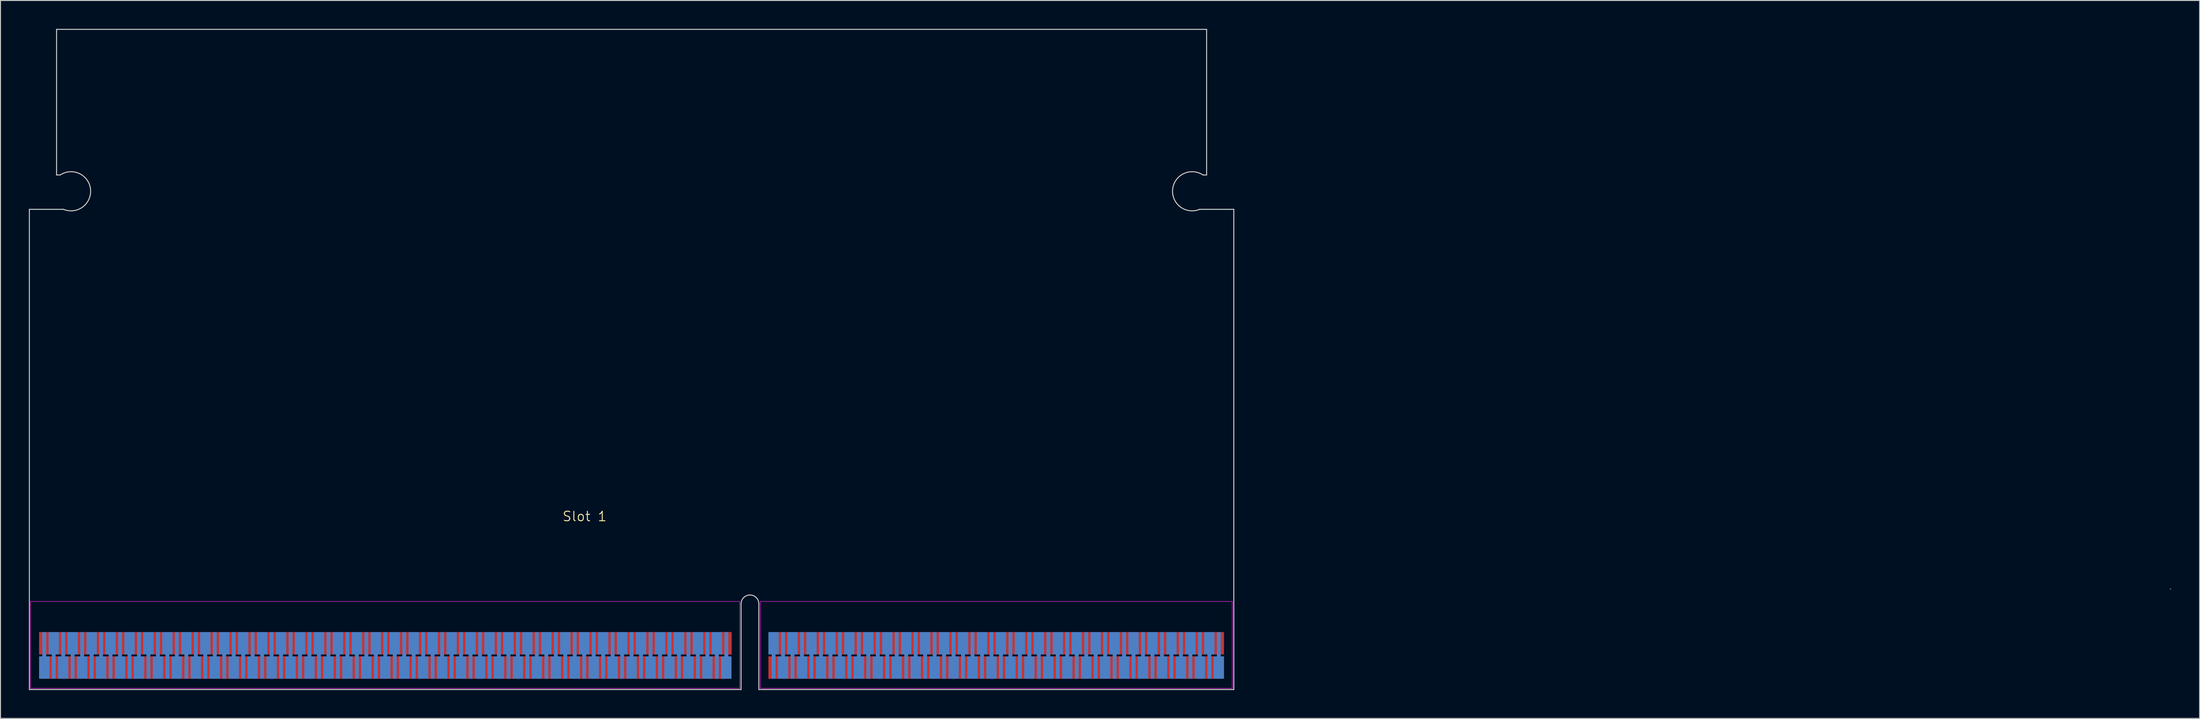
<source format=kicad_pcb>
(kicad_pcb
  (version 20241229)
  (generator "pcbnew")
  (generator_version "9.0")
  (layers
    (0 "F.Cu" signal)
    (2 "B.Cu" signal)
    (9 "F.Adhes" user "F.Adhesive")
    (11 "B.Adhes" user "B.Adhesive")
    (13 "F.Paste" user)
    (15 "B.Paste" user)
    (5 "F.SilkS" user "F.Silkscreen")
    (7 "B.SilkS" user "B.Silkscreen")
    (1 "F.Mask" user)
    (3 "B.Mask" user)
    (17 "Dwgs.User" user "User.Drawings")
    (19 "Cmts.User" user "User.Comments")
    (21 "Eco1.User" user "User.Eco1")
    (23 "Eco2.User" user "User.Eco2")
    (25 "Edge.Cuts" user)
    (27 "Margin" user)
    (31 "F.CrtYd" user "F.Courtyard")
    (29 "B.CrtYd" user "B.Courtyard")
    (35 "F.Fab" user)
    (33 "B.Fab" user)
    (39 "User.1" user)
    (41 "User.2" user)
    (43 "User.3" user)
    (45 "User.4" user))
  (footprint "Slot 1"
    (layer "F.Cu")
    (at 58.667 51.97)
    (property "Reference" "Slot 1" (at 0 -0.5 0) (unlocked yes) (layer "F.SilkS") (effects (font (size 1 1) (thickness 0.1))))
    (attr smd)
    (fp_line (start 167.414 7.174) (end 167.414 7.174) (stroke (width 0.12) (type solid)) (layer "Cmts.User"))
    (fp_line (start -58.617 -32.92) (end -55.017 -32.92) (stroke (width 0.1) (type solid)) (layer "Edge.Cuts"))
    (fp_line (start -58.617 17.78) (end -58.617 -32.92) (stroke (width 0.1) (type solid)) (layer "Edge.Cuts"))
    (fp_line (start -58.617 17.78) (end 16.51 17.78) (stroke (width 0.1) (type solid)) (layer "Edge.Cuts"))
    (fp_line (start -55.747 -36.548) (end -55.747 -51.92) (stroke (width 0.1) (type solid)) (layer "Edge.Cuts"))
    (fp_line (start -55.747 -36.548) (end -55.36 -36.548) (stroke (width 0.1) (type solid)) (layer "Edge.Cuts"))
    (fp_line (start 16.51 17.78) (end 16.51 8.738) (stroke (width 0.1) (type solid)) (layer "Edge.Cuts"))
    (fp_line (start 18.39 17.78) (end 18.39 8.738) (stroke (width 0.1) (type solid)) (layer "Edge.Cuts"))
    (fp_line (start 18.39 17.78) (end 68.523 17.78) (stroke (width 0.1) (type solid)) (layer "Edge.Cuts"))
    (fp_line (start 64.923 -32.92) (end 68.523 -32.92) (stroke (width 0.1) (type solid)) (layer "Edge.Cuts"))
    (fp_line (start 65.266 -36.548) (end 65.653 -36.548) (stroke (width 0.1) (type solid)) (layer "Edge.Cuts"))
    (fp_line (start 65.653 -51.92) (end -55.747 -51.92) (stroke (width 0.1) (type solid)) (layer "Edge.Cuts"))
    (fp_line (start 65.653 -36.548) (end 65.653 -51.92) (stroke (width 0.1) (type solid)) (layer "Edge.Cuts"))
    (fp_line (start 68.523 17.78) (end 68.523 -32.92) (stroke (width 0.1) (type solid)) (layer "Edge.Cuts"))
    (fp_arc (start -55.360315 -36.547844) (mid -52.159688 -35.020563) (end -55.017 -32.92) (stroke (width 0.1) (type default)) (layer "Edge.Cuts"))
    (fp_arc (start 16.51 8.7376) (mid 17.449826 7.7978) (end 18.3896 8.737652) (stroke (width 0.1) (type solid)) (layer "Edge.Cuts"))
    (fp_arc (start 64.923 -32.920001) (mid 62.06569 -35.020562) (end 65.266314 -36.547843) (stroke (width 0.1) (type default)) (layer "Edge.Cuts"))
    (fp_rect (start -58.496 8.484) (end 16.358 17.653) (stroke (width 0.05) (type default)) (fill no) (layer "F.CrtYd"))
    (fp_rect (start 18.555 8.484) (end 68.364 17.653) (stroke (width 0.05) (type default)) (fill no) (layer "F.CrtYd"))
    (pad "A1" connect custom (at -57.046 12.895 180) (size 1.092 2.362) (layers "F.Cu" "F.Mask") (options (anchor rect)) (primitives (gr_poly (pts (xy 0.203 -1.181) (xy -0.203 -1.181) (xy -0.203 -3.747) (xy 0.203 -3.747)) (width 0) (fill yes))))
    (pad "A2" connect custom (at -56.045 12.996) (size 0.406 2.565) (layers "F.Cu" "F.Mask") (options (anchor rect)) (primitives (gr_poly (pts (xy 0.546 1.282) (xy -0.546 1.282) (xy -0.546 3.645) (xy 0.546 3.645)) (width 0) (fill yes))))
    (pad "A3" connect custom (at -55.045 12.895 180) (size 1.092 2.362) (layers "F.Cu" "F.Mask") (options (anchor rect)) (primitives (gr_poly (pts (xy 0.203 -1.181) (xy -0.203 -1.181) (xy -0.203 -3.747) (xy 0.203 -3.747)) (width 0) (fill yes))))
    (pad "A4" connect custom (at -54.045 12.996) (size 0.406 2.565) (layers "F.Cu" "F.Mask") (options (anchor rect)) (primitives (gr_poly (pts (xy 0.546 1.282) (xy -0.546 1.282) (xy -0.546 3.645) (xy 0.546 3.645)) (width 0) (fill yes))))
    (pad "A5" connect custom (at -53.045 12.895 180) (size 1.092 2.362) (layers "F.Cu" "F.Mask") (options (anchor rect)) (primitives (gr_poly (pts (xy 0.203 -1.181) (xy -0.203 -1.181) (xy -0.203 -3.747) (xy 0.203 -3.747)) (width 0) (fill yes))))
    (pad "A6" connect custom (at -52.045 12.996) (size 0.406 2.565) (layers "F.Cu" "F.Mask") (options (anchor rect)) (primitives (gr_poly (pts (xy 0.546 1.282) (xy -0.546 1.282) (xy -0.546 3.645) (xy 0.546 3.645)) (width 0) (fill yes))))
    (pad "A7" connect custom (at -51.045 12.895 180) (size 1.092 2.362) (layers "F.Cu" "F.Mask") (options (anchor rect)) (primitives (gr_poly (pts (xy 0.203 -1.181) (xy -0.203 -1.181) (xy -0.203 -3.747) (xy 0.203 -3.747)) (width 0) (fill yes))))
    (pad "A8" connect custom (at -50.045 12.996) (size 0.406 2.565) (layers "F.Cu" "F.Mask") (options (anchor rect)) (primitives (gr_poly (pts (xy 0.546 1.282) (xy -0.546 1.282) (xy -0.546 3.645) (xy 0.546 3.645)) (width 0) (fill yes))))
    (pad "A9" connect custom (at -49.045 12.895 180) (size 1.092 2.362) (layers "F.Cu" "F.Mask") (options (anchor rect)) (primitives (gr_poly (pts (xy 0.203 -1.181) (xy -0.203 -1.181) (xy -0.203 -3.747) (xy 0.203 -3.747)) (width 0) (fill yes))))
    (pad "A10" connect custom (at -48.045 12.996) (size 0.406 2.565) (layers "F.Cu" "F.Mask") (options (anchor rect)) (primitives (gr_poly (pts (xy 0.546 1.282) (xy -0.546 1.282) (xy -0.546 3.645) (xy 0.546 3.645)) (width 0) (fill yes))))
    (pad "A11" connect custom (at -47.045 12.895 180) (size 1.092 2.362) (layers "F.Cu" "F.Mask") (options (anchor rect)) (primitives (gr_poly (pts (xy 0.203 -1.181) (xy -0.203 -1.181) (xy -0.203 -3.747) (xy 0.203 -3.747)) (width 0) (fill yes))))
    (pad "A12" connect custom (at -46.045 12.996) (size 0.406 2.565) (layers "F.Cu" "F.Mask") (options (anchor rect)) (primitives (gr_poly (pts (xy 0.546 1.282) (xy -0.546 1.282) (xy -0.546 3.645) (xy 0.546 3.645)) (width 0) (fill yes))))
    (pad "A13" connect custom (at -45.045 12.895 180) (size 1.092 2.362) (layers "F.Cu" "F.Mask") (options (anchor rect)) (primitives (gr_poly (pts (xy 0.203 -1.181) (xy -0.203 -1.181) (xy -0.203 -3.747) (xy 0.203 -3.747)) (width 0) (fill yes))))
    (pad "A14" connect custom (at -44.045 12.996) (size 0.406 2.565) (layers "F.Cu" "F.Mask") (options (anchor rect)) (primitives (gr_poly (pts (xy 0.546 1.282) (xy -0.546 1.282) (xy -0.546 3.645) (xy 0.546 3.645)) (width 0) (fill yes))))
    (pad "A15" connect custom (at -43.045 12.895 180) (size 1.092 2.362) (layers "F.Cu" "F.Mask") (options (anchor rect)) (primitives (gr_poly (pts (xy 0.203 -1.181) (xy -0.203 -1.181) (xy -0.203 -3.747) (xy 0.203 -3.747)) (width 0) (fill yes))))
    (pad "A16" connect custom (at -42.045 12.996) (size 0.406 2.565) (layers "F.Cu" "F.Mask") (options (anchor rect)) (primitives (gr_poly (pts (xy 0.546 1.282) (xy -0.546 1.282) (xy -0.546 3.645) (xy 0.546 3.645)) (width 0) (fill yes))))
    (pad "A17" connect custom (at -41.045 12.895 180) (size 1.092 2.362) (layers "F.Cu" "F.Mask") (options (anchor rect)) (primitives (gr_poly (pts (xy 0.203 -1.181) (xy -0.203 -1.181) (xy -0.203 -3.747) (xy 0.203 -3.747)) (width 0) (fill yes))))
    (pad "A18" connect custom (at -40.045 12.996) (size 0.406 2.565) (layers "F.Cu" "F.Mask") (options (anchor rect)) (primitives (gr_poly (pts (xy 0.546 1.282) (xy -0.546 1.282) (xy -0.546 3.645) (xy 0.546 3.645)) (width 0) (fill yes))))
    (pad "A19" connect custom (at -39.045 12.895 180) (size 1.092 2.362) (layers "F.Cu" "F.Mask") (options (anchor rect)) (primitives (gr_poly (pts (xy 0.203 -1.181) (xy -0.203 -1.181) (xy -0.203 -3.747) (xy 0.203 -3.747)) (width 0) (fill yes))))
    (pad "A20" connect custom (at -38.045 12.996) (size 0.406 2.565) (layers "F.Cu" "F.Mask") (options (anchor rect)) (primitives (gr_poly (pts (xy 0.546 1.282) (xy -0.546 1.282) (xy -0.546 3.645) (xy 0.546 3.645)) (width 0) (fill yes))))
    (pad "A21" connect custom (at -37.045 12.895 180) (size 1.092 2.362) (layers "F.Cu" "F.Mask") (options (anchor rect)) (primitives (gr_poly (pts (xy 0.203 -1.181) (xy -0.203 -1.181) (xy -0.203 -3.747) (xy 0.203 -3.747)) (width 0) (fill yes))))
    (pad "A22" connect custom (at -36.045 12.996) (size 0.406 2.565) (layers "F.Cu" "F.Mask") (options (anchor rect)) (primitives (gr_poly (pts (xy 0.546 1.282) (xy -0.546 1.282) (xy -0.546 3.645) (xy 0.546 3.645)) (width 0) (fill yes))))
    (pad "A23" connect custom (at -35.045 12.895 180) (size 1.092 2.362) (layers "F.Cu" "F.Mask") (options (anchor rect)) (primitives (gr_poly (pts (xy 0.203 -1.181) (xy -0.203 -1.181) (xy -0.203 -3.747) (xy 0.203 -3.747)) (width 0) (fill yes))))
    (pad "A24" connect custom (at -34.045 12.996) (size 0.406 2.565) (layers "F.Cu" "F.Mask") (options (anchor rect)) (primitives (gr_poly (pts (xy 0.546 1.282) (xy -0.546 1.282) (xy -0.546 3.645) (xy 0.546 3.645)) (width 0) (fill yes))))
    (pad "A25" connect custom (at -33.045 12.895 180) (size 1.092 2.362) (layers "F.Cu" "F.Mask") (options (anchor rect)) (primitives (gr_poly (pts (xy 0.203 -1.181) (xy -0.203 -1.181) (xy -0.203 -3.747) (xy 0.203 -3.747)) (width 0) (fill yes))))
    (pad "A26" connect custom (at -32.045 12.996) (size 0.406 2.565) (layers "F.Cu" "F.Mask") (options (anchor rect)) (primitives (gr_poly (pts (xy 0.546 1.282) (xy -0.546 1.282) (xy -0.546 3.645) (xy 0.546 3.645)) (width 0) (fill yes))))
    (pad "A27" connect custom (at -31.045 12.895 180) (size 1.092 2.362) (layers "F.Cu" "F.Mask") (options (anchor rect)) (primitives (gr_poly (pts (xy 0.203 -1.181) (xy -0.203 -1.181) (xy -0.203 -3.747) (xy 0.203 -3.747)) (width 0) (fill yes))))
    (pad "A28" connect custom (at -30.045 12.996) (size 0.406 2.565) (layers "F.Cu" "F.Mask") (options (anchor rect)) (primitives (gr_poly (pts (xy 0.546 1.282) (xy -0.546 1.282) (xy -0.546 3.645) (xy 0.546 3.645)) (width 0) (fill yes))))
    (pad "A29" connect custom (at -29.045 12.895 180) (size 1.092 2.362) (layers "F.Cu" "F.Mask") (options (anchor rect)) (primitives (gr_poly (pts (xy 0.203 -1.181) (xy -0.203 -1.181) (xy -0.203 -3.747) (xy 0.203 -3.747)) (width 0) (fill yes))))
    (pad "A30" connect custom (at -28.045 12.996) (size 0.406 2.565) (layers "F.Cu" "F.Mask") (options (anchor rect)) (primitives (gr_poly (pts (xy 0.546 1.282) (xy -0.546 1.282) (xy -0.546 3.645) (xy 0.546 3.645)) (width 0) (fill yes))))
    (pad "A31" connect custom (at -27.045 12.895 180) (size 1.092 2.362) (layers "F.Cu" "F.Mask") (options (anchor rect)) (primitives (gr_poly (pts (xy 0.203 -1.181) (xy -0.203 -1.181) (xy -0.203 -3.747) (xy 0.203 -3.747)) (width 0) (fill yes))))
    (pad "A32" connect custom (at -26.045 12.996) (size 0.406 2.565) (layers "F.Cu" "F.Mask") (options (anchor rect)) (primitives (gr_poly (pts (xy 0.546 1.282) (xy -0.546 1.282) (xy -0.546 3.645) (xy 0.546 3.645)) (width 0) (fill yes))))
    (pad "A33" connect custom (at -25.045 12.895 180) (size 1.092 2.362) (layers "F.Cu" "F.Mask") (options (anchor rect)) (primitives (gr_poly (pts (xy 0.203 -1.181) (xy -0.203 -1.181) (xy -0.203 -3.747) (xy 0.203 -3.747)) (width 0) (fill yes))))
    (pad "A34" connect custom (at -24.045 12.996) (size 0.406 2.565) (layers "F.Cu" "F.Mask") (options (anchor rect)) (primitives (gr_poly (pts (xy 0.546 1.282) (xy -0.546 1.282) (xy -0.546 3.645) (xy 0.546 3.645)) (width 0) (fill yes))))
    (pad "A35" connect custom (at -23.045 12.895 180) (size 1.092 2.362) (layers "F.Cu" "F.Mask") (options (anchor rect)) (primitives (gr_poly (pts (xy 0.203 -1.181) (xy -0.203 -1.181) (xy -0.203 -3.747) (xy 0.203 -3.747)) (width 0) (fill yes))))
    (pad "A36" connect custom (at -22.045 12.996) (size 0.406 2.565) (layers "F.Cu" "F.Mask") (options (anchor rect)) (primitives (gr_poly (pts (xy 0.546 1.282) (xy -0.546 1.282) (xy -0.546 3.645) (xy 0.546 3.645)) (width 0) (fill yes))))
    (pad "A37" connect custom (at -21.045 12.895 180) (size 1.092 2.362) (layers "F.Cu" "F.Mask") (options (anchor rect)) (primitives (gr_poly (pts (xy 0.203 -1.181) (xy -0.203 -1.181) (xy -0.203 -3.747) (xy 0.203 -3.747)) (width 0) (fill yes))))
    (pad "A38" connect custom (at -20.045 12.996) (size 0.406 2.565) (layers "F.Cu" "F.Mask") (options (anchor rect)) (primitives (gr_poly (pts (xy 0.546 1.282) (xy -0.546 1.282) (xy -0.546 3.645) (xy 0.546 3.645)) (width 0) (fill yes))))
    (pad "A39" connect custom (at -19.045 12.895 180) (size 1.092 2.362) (layers "F.Cu" "F.Mask") (options (anchor rect)) (primitives (gr_poly (pts (xy 0.203 -1.181) (xy -0.203 -1.181) (xy -0.203 -3.747) (xy 0.203 -3.747)) (width 0) (fill yes))))
    (pad "A40" connect custom (at -18.045 12.996) (size 0.406 2.565) (layers "F.Cu" "F.Mask") (options (anchor rect)) (primitives (gr_poly (pts (xy 0.546 1.282) (xy -0.546 1.282) (xy -0.546 3.645) (xy 0.546 3.645)) (width 0) (fill yes))))
    (pad "A41" connect custom (at -17.045 12.895 180) (size 1.092 2.362) (layers "F.Cu" "F.Mask") (options (anchor rect)) (primitives (gr_poly (pts (xy 0.203 -1.181) (xy -0.203 -1.181) (xy -0.203 -3.747) (xy 0.203 -3.747)) (width 0) (fill yes))))
    (pad "A42" connect custom (at -16.045 12.996) (size 0.406 2.565) (layers "F.Cu" "F.Mask") (options (anchor rect)) (primitives (gr_poly (pts (xy 0.546 1.282) (xy -0.546 1.282) (xy -0.546 3.645) (xy 0.546 3.645)) (width 0) (fill yes))))
    (pad "A43" connect custom (at -15.045 12.895 180) (size 1.092 2.362) (layers "F.Cu" "F.Mask") (options (anchor rect)) (primitives (gr_poly (pts (xy 0.203 -1.181) (xy -0.203 -1.181) (xy -0.203 -3.747) (xy 0.203 -3.747)) (width 0) (fill yes))))
    (pad "A44" connect custom (at -14.045 12.996) (size 0.406 2.565) (layers "F.Cu" "F.Mask") (options (anchor rect)) (primitives (gr_poly (pts (xy 0.546 1.282) (xy -0.546 1.282) (xy -0.546 3.645) (xy 0.546 3.645)) (width 0) (fill yes))))
    (pad "A45" connect custom (at -13.045 12.895 180) (size 1.092 2.362) (layers "F.Cu" "F.Mask") (options (anchor rect)) (primitives (gr_poly (pts (xy 0.203 -1.181) (xy -0.203 -1.181) (xy -0.203 -3.747) (xy 0.203 -3.747)) (width 0) (fill yes))))
    (pad "A46" connect custom (at -12.045 12.996) (size 0.406 2.565) (layers "F.Cu" "F.Mask") (options (anchor rect)) (primitives (gr_poly (pts (xy 0.546 1.282) (xy -0.546 1.282) (xy -0.546 3.645) (xy 0.546 3.645)) (width 0) (fill yes))))
    (pad "A47" connect custom (at -11.045 12.895 180) (size 1.092 2.362) (layers "F.Cu" "F.Mask") (options (anchor rect)) (primitives (gr_poly (pts (xy 0.203 -1.181) (xy -0.203 -1.181) (xy -0.203 -3.747) (xy 0.203 -3.747)) (width 0) (fill yes))))
    (pad "A48" connect custom (at -10.045 12.996) (size 0.406 2.565) (layers "F.Cu" "F.Mask") (options (anchor rect)) (primitives (gr_poly (pts (xy 0.546 1.282) (xy -0.546 1.282) (xy -0.546 3.645) (xy 0.546 3.645)) (width 0) (fill yes))))
    (pad "A49" connect custom (at -9.045 12.895 180) (size 1.092 2.362) (layers "F.Cu" "F.Mask") (options (anchor rect)) (primitives (gr_poly (pts (xy 0.203 -1.181) (xy -0.203 -1.181) (xy -0.203 -3.747) (xy 0.203 -3.747)) (width 0) (fill yes))))
    (pad "A50" connect custom (at -8.045 12.996) (size 0.406 2.565) (layers "F.Cu" "F.Mask") (options (anchor rect)) (primitives (gr_poly (pts (xy 0.546 1.282) (xy -0.546 1.282) (xy -0.546 3.645) (xy 0.546 3.645)) (width 0) (fill yes))))
    (pad "A51" connect custom (at -7.045 12.895 180) (size 1.092 2.362) (layers "F.Cu" "F.Mask") (options (anchor rect)) (primitives (gr_poly (pts (xy 0.203 -1.181) (xy -0.203 -1.181) (xy -0.203 -3.747) (xy 0.203 -3.747)) (width 0) (fill yes))))
    (pad "A52" connect custom (at -6.045 12.996) (size 0.406 2.565) (layers "F.Cu" "F.Mask") (options (anchor rect)) (primitives (gr_poly (pts (xy 0.546 1.282) (xy -0.546 1.282) (xy -0.546 3.645) (xy 0.546 3.645)) (width 0) (fill yes))))
    (pad "A53" connect custom (at -5.045 12.895 180) (size 1.092 2.362) (layers "F.Cu" "F.Mask") (options (anchor rect)) (primitives (gr_poly (pts (xy 0.203 -1.181) (xy -0.203 -1.181) (xy -0.203 -3.747) (xy 0.203 -3.747)) (width 0) (fill yes))))
    (pad "A54" connect custom (at -4.045 12.996) (size 0.406 2.565) (layers "F.Cu" "F.Mask") (options (anchor rect)) (primitives (gr_poly (pts (xy 0.546 1.282) (xy -0.546 1.282) (xy -0.546 3.645) (xy 0.546 3.645)) (width 0) (fill yes))))
    (pad "A55" connect custom (at -3.045 12.895 180) (size 1.092 2.362) (layers "F.Cu" "F.Mask") (options (anchor rect)) (primitives (gr_poly (pts (xy 0.203 -1.181) (xy -0.203 -1.181) (xy -0.203 -3.747) (xy 0.203 -3.747)) (width 0) (fill yes))))
    (pad "A56" connect custom (at -2.045 12.996) (size 0.406 2.565) (layers "F.Cu" "F.Mask") (options (anchor rect)) (primitives (gr_poly (pts (xy 0.546 1.282) (xy -0.546 1.282) (xy -0.546 3.645) (xy 0.546 3.645)) (width 0) (fill yes))))
    (pad "A57" connect custom (at -1.045 12.895 180) (size 1.092 2.362) (layers "F.Cu" "F.Mask") (options (anchor rect)) (primitives (gr_poly (pts (xy 0.203 -1.181) (xy -0.203 -1.181) (xy -0.203 -3.747) (xy 0.203 -3.747)) (width 0) (fill yes))))
    (pad "A58" connect custom (at -0.045 12.996) (size 0.406 2.565) (layers "F.Cu" "F.Mask") (options (anchor rect)) (primitives (gr_poly (pts (xy 0.546 1.282) (xy -0.546 1.282) (xy -0.546 3.645) (xy 0.546 3.645)) (width 0) (fill yes))))
    (pad "A59" connect custom (at 0.955 12.895 180) (size 1.092 2.362) (layers "F.Cu" "F.Mask") (options (anchor rect)) (primitives (gr_poly (pts (xy 0.203 -1.181) (xy -0.203 -1.181) (xy -0.203 -3.747) (xy 0.203 -3.747)) (width 0) (fill yes))))
    (pad "A60" connect custom (at 1.955 12.996) (size 0.406 2.565) (layers "F.Cu" "F.Mask") (options (anchor rect)) (primitives (gr_poly (pts (xy 0.546 1.282) (xy -0.546 1.282) (xy -0.546 3.645) (xy 0.546 3.645)) (width 0) (fill yes))))
    (pad "A61" connect custom (at 2.955 12.895 180) (size 1.092 2.362) (layers "F.Cu" "F.Mask") (options (anchor rect)) (primitives (gr_poly (pts (xy 0.203 -1.181) (xy -0.203 -1.181) (xy -0.203 -3.747) (xy 0.203 -3.747)) (width 0) (fill yes))))
    (pad "A62" connect custom (at 3.955 12.996) (size 0.406 2.565) (layers "F.Cu" "F.Mask") (options (anchor rect)) (primitives (gr_poly (pts (xy 0.546 1.282) (xy -0.546 1.282) (xy -0.546 3.645) (xy 0.546 3.645)) (width 0) (fill yes))))
    (pad "A63" connect custom (at 4.955 12.895 180) (size 1.092 2.362) (layers "F.Cu" "F.Mask") (options (anchor rect)) (primitives (gr_poly (pts (xy 0.203 -1.181) (xy -0.203 -1.181) (xy -0.203 -3.747) (xy 0.203 -3.747)) (width 0) (fill yes))))
    (pad "A64" connect custom (at 5.955 12.996) (size 0.406 2.565) (layers "F.Cu" "F.Mask") (options (anchor rect)) (primitives (gr_poly (pts (xy 0.546 1.282) (xy -0.546 1.282) (xy -0.546 3.645) (xy 0.546 3.645)) (width 0) (fill yes))))
    (pad "A65" connect custom (at 6.955 12.895 180) (size 1.092 2.362) (layers "F.Cu" "F.Mask") (options (anchor rect)) (primitives (gr_poly (pts (xy 0.203 -1.181) (xy -0.203 -1.181) (xy -0.203 -3.747) (xy 0.203 -3.747)) (width 0) (fill yes))))
    (pad "A66" connect custom (at 7.955 12.996) (size 0.406 2.565) (layers "F.Cu" "F.Mask") (options (anchor rect)) (primitives (gr_poly (pts (xy 0.546 1.282) (xy -0.546 1.282) (xy -0.546 3.645) (xy 0.546 3.645)) (width 0) (fill yes))))
    (pad "A67" connect custom (at 8.955 12.895 180) (size 1.092 2.362) (layers "F.Cu" "F.Mask") (options (anchor rect)) (primitives (gr_poly (pts (xy 0.203 -1.181) (xy -0.203 -1.181) (xy -0.203 -3.747) (xy 0.203 -3.747)) (width 0) (fill yes))))
    (pad "A68" connect custom (at 9.955 12.996) (size 0.406 2.565) (layers "F.Cu" "F.Mask") (options (anchor rect)) (primitives (gr_poly (pts (xy 0.546 1.282) (xy -0.546 1.282) (xy -0.546 3.645) (xy 0.546 3.645)) (width 0) (fill yes))))
    (pad "A69" connect custom (at 10.955 12.895 180) (size 1.092 2.362) (layers "F.Cu" "F.Mask") (options (anchor rect)) (primitives (gr_poly (pts (xy 0.203 -1.181) (xy -0.203 -1.181) (xy -0.203 -3.747) (xy 0.203 -3.747)) (width 0) (fill yes))))
    (pad "A70" connect custom (at 11.955 12.996) (size 0.406 2.565) (layers "F.Cu" "F.Mask") (options (anchor rect)) (primitives (gr_poly (pts (xy 0.546 1.282) (xy -0.546 1.282) (xy -0.546 3.645) (xy 0.546 3.645)) (width 0) (fill yes))))
    (pad "A71" connect custom (at 12.955 12.895 180) (size 1.092 2.362) (layers "F.Cu" "F.Mask") (options (anchor rect)) (primitives (gr_poly (pts (xy 0.203 -1.181) (xy -0.203 -1.181) (xy -0.203 -3.747) (xy 0.203 -3.747)) (width 0) (fill yes))))
    (pad "A72" connect custom (at 13.955 12.996) (size 0.406 2.565) (layers "F.Cu" "F.Mask") (options (anchor rect)) (primitives (gr_poly (pts (xy 0.546 1.282) (xy -0.546 1.282) (xy -0.546 3.645) (xy 0.546 3.645)) (width 0) (fill yes))))
    (pad "A73" connect custom (at 14.955 12.895 180) (size 1.092 2.362) (layers "F.Cu" "F.Mask") (options (anchor rect)) (primitives (gr_poly (pts (xy 0.203 -1.181) (xy -0.203 -1.181) (xy -0.203 -3.747) (xy 0.203 -3.747)) (width 0) (fill yes))))
    (pad "A73" connect custom (at 14.964 12.895 180) (size 1.092 2.362) (layers "F.Cu" "F.Mask") (options (anchor rect)) (primitives (gr_poly (pts (xy 0.203 -1.181) (xy -0.203 -1.181) (xy -0.203 -3.747) (xy 0.203 -3.747)) (width 0) (fill yes))))
    (pad "A74" connect custom (at 19.942 12.996) (size 0.406 2.565) (layers "F.Cu" "F.Mask") (options (anchor rect)) (primitives (gr_poly (pts (xy 0.546 1.282) (xy -0.546 1.282) (xy -0.546 3.645) (xy 0.546 3.645)) (width 0) (fill yes))))
    (pad "A75" connect custom (at 20.942 12.895 180) (size 1.092 2.362) (layers "F.Cu" "F.Mask") (options (anchor rect)) (primitives (gr_poly (pts (xy 0.203 -1.181) (xy -0.203 -1.181) (xy -0.203 -3.747) (xy 0.203 -3.747)) (width 0) (fill yes))))
    (pad "A76" connect custom (at 21.942 12.996) (size 0.406 2.565) (layers "F.Cu" "F.Mask") (options (anchor rect)) (primitives (gr_poly (pts (xy 0.546 1.282) (xy -0.546 1.282) (xy -0.546 3.645) (xy 0.546 3.645)) (width 0) (fill yes))))
    (pad "A77" connect custom (at 22.942 12.895 180) (size 1.092 2.362) (layers "F.Cu" "F.Mask") (options (anchor rect)) (primitives (gr_poly (pts (xy 0.203 -1.181) (xy -0.203 -1.181) (xy -0.203 -3.747) (xy 0.203 -3.747)) (width 0) (fill yes))))
    (pad "A78" connect custom (at 23.942 12.996) (size 0.406 2.565) (layers "F.Cu" "F.Mask") (options (anchor rect)) (primitives (gr_poly (pts (xy 0.546 1.282) (xy -0.546 1.282) (xy -0.546 3.645) (xy 0.546 3.645)) (width 0) (fill yes))))
    (pad "A79" connect custom (at 24.942 12.895 180) (size 1.092 2.362) (layers "F.Cu" "F.Mask") (options (anchor rect)) (primitives (gr_poly (pts (xy 0.203 -1.181) (xy -0.203 -1.181) (xy -0.203 -3.747) (xy 0.203 -3.747)) (width 0) (fill yes))))
    (pad "A80" connect custom (at 25.942 12.996) (size 0.406 2.565) (layers "F.Cu" "F.Mask") (options (anchor rect)) (primitives (gr_poly (pts (xy 0.546 1.282) (xy -0.546 1.282) (xy -0.546 3.645) (xy 0.546 3.645)) (width 0) (fill yes))))
    (pad "A81" connect custom (at 26.942 12.895 180) (size 1.092 2.362) (layers "F.Cu" "F.Mask") (options (anchor rect)) (primitives (gr_poly (pts (xy 0.203 -1.181) (xy -0.203 -1.181) (xy -0.203 -3.747) (xy 0.203 -3.747)) (width 0) (fill yes))))
    (pad "A82" connect custom (at 27.942 12.996) (size 0.406 2.565) (layers "F.Cu" "F.Mask") (options (anchor rect)) (primitives (gr_poly (pts (xy 0.546 1.282) (xy -0.546 1.282) (xy -0.546 3.645) (xy 0.546 3.645)) (width 0) (fill yes))))
    (pad "A83" connect custom (at 28.942 12.895 180) (size 1.092 2.362) (layers "F.Cu" "F.Mask") (options (anchor rect)) (primitives (gr_poly (pts (xy 0.203 -1.181) (xy -0.203 -1.181) (xy -0.203 -3.747) (xy 0.203 -3.747)) (width 0) (fill yes))))
    (pad "A84" connect custom (at 29.942 12.996) (size 0.406 2.565) (layers "F.Cu" "F.Mask") (options (anchor rect)) (primitives (gr_poly (pts (xy 0.546 1.282) (xy -0.546 1.282) (xy -0.546 3.645) (xy 0.546 3.645)) (width 0) (fill yes))))
    (pad "A85" connect custom (at 30.942 12.895 180) (size 1.092 2.362) (layers "F.Cu" "F.Mask") (options (anchor rect)) (primitives (gr_poly (pts (xy 0.203 -1.181) (xy -0.203 -1.181) (xy -0.203 -3.747) (xy 0.203 -3.747)) (width 0) (fill yes))))
    (pad "A86" connect custom (at 31.942 12.996) (size 0.406 2.565) (layers "F.Cu" "F.Mask") (options (anchor rect)) (primitives (gr_poly (pts (xy 0.546 1.282) (xy -0.546 1.282) (xy -0.546 3.645) (xy 0.546 3.645)) (width 0) (fill yes))))
    (pad "A87" connect custom (at 32.942 12.895 180) (size 1.092 2.362) (layers "F.Cu" "F.Mask") (options (anchor rect)) (primitives (gr_poly (pts (xy 0.203 -1.181) (xy -0.203 -1.181) (xy -0.203 -3.747) (xy 0.203 -3.747)) (width 0) (fill yes))))
    (pad "A88" connect custom (at 33.942 12.996) (size 0.406 2.565) (layers "F.Cu" "F.Mask") (options (anchor rect)) (primitives (gr_poly (pts (xy 0.546 1.282) (xy -0.546 1.282) (xy -0.546 3.645) (xy 0.546 3.645)) (width 0) (fill yes))))
    (pad "A89" connect custom (at 34.942 12.895 180) (size 1.092 2.362) (layers "F.Cu" "F.Mask") (options (anchor rect)) (primitives (gr_poly (pts (xy 0.203 -1.181) (xy -0.203 -1.181) (xy -0.203 -3.747) (xy 0.203 -3.747)) (width 0) (fill yes))))
    (pad "A90" connect custom (at 35.942 12.996) (size 0.406 2.565) (layers "F.Cu" "F.Mask") (options (anchor rect)) (primitives (gr_poly (pts (xy 0.546 1.282) (xy -0.546 1.282) (xy -0.546 3.645) (xy 0.546 3.645)) (width 0) (fill yes))))
    (pad "A91" connect custom (at 36.942 12.895 180) (size 1.092 2.362) (layers "F.Cu" "F.Mask") (options (anchor rect)) (primitives (gr_poly (pts (xy 0.203 -1.181) (xy -0.203 -1.181) (xy -0.203 -3.747) (xy 0.203 -3.747)) (width 0) (fill yes))))
    (pad "A92" connect custom (at 37.942 12.996) (size 0.406 2.565) (layers "F.Cu" "F.Mask") (options (anchor rect)) (primitives (gr_poly (pts (xy 0.546 1.282) (xy -0.546 1.282) (xy -0.546 3.645) (xy 0.546 3.645)) (width 0) (fill yes))))
    (pad "A93" connect custom (at 38.942 12.895 180) (size 1.092 2.362) (layers "F.Cu" "F.Mask") (options (anchor rect)) (primitives (gr_poly (pts (xy 0.203 -1.181) (xy -0.203 -1.181) (xy -0.203 -3.747) (xy 0.203 -3.747)) (width 0) (fill yes))))
    (pad "A94" connect custom (at 39.942 12.996) (size 0.406 2.565) (layers "F.Cu" "F.Mask") (options (anchor rect)) (primitives (gr_poly (pts (xy 0.546 1.282) (xy -0.546 1.282) (xy -0.546 3.645) (xy 0.546 3.645)) (width 0) (fill yes))))
    (pad "A95" connect custom (at 40.942 12.895 180) (size 1.092 2.362) (layers "F.Cu" "F.Mask") (options (anchor rect)) (primitives (gr_poly (pts (xy 0.203 -1.181) (xy -0.203 -1.181) (xy -0.203 -3.747) (xy 0.203 -3.747)) (width 0) (fill yes))))
    (pad "A96" connect custom (at 41.942 12.996) (size 0.406 2.565) (layers "F.Cu" "F.Mask") (options (anchor rect)) (primitives (gr_poly (pts (xy 0.546 1.282) (xy -0.546 1.282) (xy -0.546 3.645) (xy 0.546 3.645)) (width 0) (fill yes))))
    (pad "A97" connect custom (at 42.942 12.895 180) (size 1.092 2.362) (layers "F.Cu" "F.Mask") (options (anchor rect)) (primitives (gr_poly (pts (xy 0.203 -1.181) (xy -0.203 -1.181) (xy -0.203 -3.747) (xy 0.203 -3.747)) (width 0) (fill yes))))
    (pad "A98" connect custom (at 43.942 12.996) (size 0.406 2.565) (layers "F.Cu" "F.Mask") (options (anchor rect)) (primitives (gr_poly (pts (xy 0.546 1.282) (xy -0.546 1.282) (xy -0.546 3.645) (xy 0.546 3.645)) (width 0) (fill yes))))
    (pad "A99" connect custom (at 44.942 12.895 180) (size 1.092 2.362) (layers "F.Cu" "F.Mask") (options (anchor rect)) (primitives (gr_poly (pts (xy 0.203 -1.181) (xy -0.203 -1.181) (xy -0.203 -3.747) (xy 0.203 -3.747)) (width 0) (fill yes))))
    (pad "A100" connect custom (at 45.942 12.996) (size 0.406 2.565) (layers "F.Cu" "F.Mask") (options (anchor rect)) (primitives (gr_poly (pts (xy 0.546 1.282) (xy -0.546 1.282) (xy -0.546 3.645) (xy 0.546 3.645)) (width 0) (fill yes))))
    (pad "A101" connect custom (at 46.942 12.895 180) (size 1.092 2.362) (layers "F.Cu" "F.Mask") (options (anchor rect)) (primitives (gr_poly (pts (xy 0.203 -1.181) (xy -0.203 -1.181) (xy -0.203 -3.747) (xy 0.203 -3.747)) (width 0) (fill yes))))
    (pad "A102" connect custom (at 47.942 12.996) (size 0.406 2.565) (layers "F.Cu" "F.Mask") (options (anchor rect)) (primitives (gr_poly (pts (xy 0.546 1.282) (xy -0.546 1.282) (xy -0.546 3.645) (xy 0.546 3.645)) (width 0) (fill yes))))
    (pad "A103" connect custom (at 48.942 12.895 180) (size 1.092 2.362) (layers "F.Cu" "F.Mask") (options (anchor rect)) (primitives (gr_poly (pts (xy 0.203 -1.181) (xy -0.203 -1.181) (xy -0.203 -3.747) (xy 0.203 -3.747)) (width 0) (fill yes))))
    (pad "A104" connect custom (at 49.942 12.996) (size 0.406 2.565) (layers "F.Cu" "F.Mask") (options (anchor rect)) (primitives (gr_poly (pts (xy 0.546 1.282) (xy -0.546 1.282) (xy -0.546 3.645) (xy 0.546 3.645)) (width 0) (fill yes))))
    (pad "A105" connect custom (at 50.942 12.895 180) (size 1.092 2.362) (layers "F.Cu" "F.Mask") (options (anchor rect)) (primitives (gr_poly (pts (xy 0.203 -1.181) (xy -0.203 -1.181) (xy -0.203 -3.747) (xy 0.203 -3.747)) (width 0) (fill yes))))
    (pad "A106" connect custom (at 51.942 12.996) (size 0.406 2.565) (layers "F.Cu" "F.Mask") (options (anchor rect)) (primitives (gr_poly (pts (xy 0.546 1.282) (xy -0.546 1.282) (xy -0.546 3.645) (xy 0.546 3.645)) (width 0) (fill yes))))
    (pad "A107" connect custom (at 52.942 12.895 180) (size 1.092 2.362) (layers "F.Cu" "F.Mask") (options (anchor rect)) (primitives (gr_poly (pts (xy 0.203 -1.181) (xy -0.203 -1.181) (xy -0.203 -3.747) (xy 0.203 -3.747)) (width 0) (fill yes))))
    (pad "A108" connect custom (at 53.942 12.996) (size 0.406 2.565) (layers "F.Cu" "F.Mask") (options (anchor rect)) (primitives (gr_poly (pts (xy 0.546 1.282) (xy -0.546 1.282) (xy -0.546 3.645) (xy 0.546 3.645)) (width 0) (fill yes))))
    (pad "A109" connect custom (at 54.942 12.895 180) (size 1.092 2.362) (layers "F.Cu" "F.Mask") (options (anchor rect)) (primitives (gr_poly (pts (xy 0.203 -1.181) (xy -0.203 -1.181) (xy -0.203 -3.747) (xy 0.203 -3.747)) (width 0) (fill yes))))
    (pad "A110" connect custom (at 55.942 12.996) (size 0.406 2.565) (layers "F.Cu" "F.Mask") (options (anchor rect)) (primitives (gr_poly (pts (xy 0.546 1.282) (xy -0.546 1.282) (xy -0.546 3.645) (xy 0.546 3.645)) (width 0) (fill yes))))
    (pad "A111" connect custom (at 56.942 12.895 180) (size 1.092 2.362) (layers "F.Cu" "F.Mask") (options (anchor rect)) (primitives (gr_poly (pts (xy 0.203 -1.181) (xy -0.203 -1.181) (xy -0.203 -3.747) (xy 0.203 -3.747)) (width 0) (fill yes))))
    (pad "A112" connect custom (at 57.942 12.996) (size 0.406 2.565) (layers "F.Cu" "F.Mask") (options (anchor rect)) (primitives (gr_poly (pts (xy 0.546 1.282) (xy -0.546 1.282) (xy -0.546 3.645) (xy 0.546 3.645)) (width 0) (fill yes))))
    (pad "A113" connect custom (at 58.942 12.895 180) (size 1.092 2.362) (layers "F.Cu" "F.Mask") (options (anchor rect)) (primitives (gr_poly (pts (xy 0.203 -1.181) (xy -0.203 -1.181) (xy -0.203 -3.747) (xy 0.203 -3.747)) (width 0) (fill yes))))
    (pad "A114" connect custom (at 59.942 12.996) (size 0.406 2.565) (layers "F.Cu" "F.Mask") (options (anchor rect)) (primitives (gr_poly (pts (xy 0.546 1.282) (xy -0.546 1.282) (xy -0.546 3.645) (xy 0.546 3.645)) (width 0) (fill yes))))
    (pad "A115" connect custom (at 60.942 12.895 180) (size 1.092 2.362) (layers "F.Cu" "F.Mask") (options (anchor rect)) (primitives (gr_poly (pts (xy 0.203 -1.181) (xy -0.203 -1.181) (xy -0.203 -3.747) (xy 0.203 -3.747)) (width 0) (fill yes))))
    (pad "A116" connect custom (at 61.942 12.996) (size 0.406 2.565) (layers "F.Cu" "F.Mask") (options (anchor rect)) (primitives (gr_poly (pts (xy 0.546 1.282) (xy -0.546 1.282) (xy -0.546 3.645) (xy 0.546 3.645)) (width 0) (fill yes))))
    (pad "A117" connect custom (at 62.942 12.895 180) (size 1.092 2.362) (layers "F.Cu" "F.Mask") (options (anchor rect)) (primitives (gr_poly (pts (xy 0.203 -1.181) (xy -0.203 -1.181) (xy -0.203 -3.747) (xy 0.203 -3.747)) (width 0) (fill yes))))
    (pad "A118" connect custom (at 63.942 12.996) (size 0.406 2.565) (layers "F.Cu" "F.Mask") (options (anchor rect)) (primitives (gr_poly (pts (xy 0.546 1.282) (xy -0.546 1.282) (xy -0.546 3.645) (xy 0.546 3.645)) (width 0) (fill yes))))
    (pad "A119" connect custom (at 64.942 12.895 180) (size 1.092 2.362) (layers "F.Cu" "F.Mask") (options (anchor rect)) (primitives (gr_poly (pts (xy 0.203 -1.181) (xy -0.203 -1.181) (xy -0.203 -3.747) (xy 0.203 -3.747)) (width 0) (fill yes))))
    (pad "A120" connect custom (at 65.942 12.996) (size 0.406 2.565) (layers "F.Cu" "F.Mask") (options (anchor rect)) (primitives (gr_poly (pts (xy 0.546 1.282) (xy -0.546 1.282) (xy -0.546 3.645) (xy 0.546 3.645)) (width 0) (fill yes))))
    (pad "A121" connect custom (at 66.942 12.895 180) (size 1.092 2.362) (layers "F.Cu" "F.Mask") (options (anchor rect)) (primitives (gr_poly (pts (xy 0.203 -1.181) (xy -0.203 -1.181) (xy -0.203 -3.747) (xy 0.203 -3.747)) (width 0) (fill yes))))
    (pad "B1" connect custom (at -57.046 12.996) (size 0.406 2.565) (layers "B.Cu" "B.Mask") (options (anchor rect)) (primitives (gr_poly (pts (xy -0.546 1.282) (xy 0.546 1.282) (xy 0.546 3.645) (xy -0.546 3.645)) (width 0) (fill yes))))
    (pad "B2" connect custom (at -56.046 12.895 180) (size 1.092 2.362) (layers "B.Cu" "B.Mask") (options (anchor rect)) (primitives (gr_poly (pts (xy -0.203 -1.181) (xy 0.203 -1.181) (xy 0.203 -3.747) (xy -0.203 -3.747)) (width 0) (fill yes))))
    (pad "B3" connect custom (at -55.046 12.996) (size 0.406 2.565) (layers "B.Cu" "B.Mask") (options (anchor rect)) (primitives (gr_poly (pts (xy -0.546 1.282) (xy 0.546 1.282) (xy 0.546 3.645) (xy -0.546 3.645)) (width 0) (fill yes))))
    (pad "B4" connect custom (at -54.046 12.895 180) (size 1.092 2.362) (layers "B.Cu" "B.Mask") (options (anchor rect)) (primitives (gr_poly (pts (xy -0.203 -1.181) (xy 0.203 -1.181) (xy 0.203 -3.747) (xy -0.203 -3.747)) (width 0) (fill yes))))
    (pad "B5" connect custom (at -53.046 12.996) (size 0.406 2.565) (layers "B.Cu" "B.Mask") (options (anchor rect)) (primitives (gr_poly (pts (xy -0.546 1.282) (xy 0.546 1.282) (xy 0.546 3.645) (xy -0.546 3.645)) (width 0) (fill yes))))
    (pad "B6" connect custom (at -52.046 12.895 180) (size 1.092 2.362) (layers "B.Cu" "B.Mask") (options (anchor rect)) (primitives (gr_poly (pts (xy -0.203 -1.181) (xy 0.203 -1.181) (xy 0.203 -3.747) (xy -0.203 -3.747)) (width 0) (fill yes))))
    (pad "B7" connect custom (at -51.046 12.996) (size 0.406 2.565) (layers "B.Cu" "B.Mask") (options (anchor rect)) (primitives (gr_poly (pts (xy -0.546 1.282) (xy 0.546 1.282) (xy 0.546 3.645) (xy -0.546 3.645)) (width 0) (fill yes))))
    (pad "B8" connect custom (at -50.046 12.895 180) (size 1.092 2.362) (layers "B.Cu" "B.Mask") (options (anchor rect)) (primitives (gr_poly (pts (xy -0.203 -1.181) (xy 0.203 -1.181) (xy 0.203 -3.747) (xy -0.203 -3.747)) (width 0) (fill yes))))
    (pad "B9" connect custom (at -49.046 12.996) (size 0.406 2.565) (layers "B.Cu" "B.Mask") (options (anchor rect)) (primitives (gr_poly (pts (xy -0.546 1.282) (xy 0.546 1.282) (xy 0.546 3.645) (xy -0.546 3.645)) (width 0) (fill yes))))
    (pad "B10" connect custom (at -48.046 12.895 180) (size 1.092 2.362) (layers "B.Cu" "B.Mask") (options (anchor rect)) (primitives (gr_poly (pts (xy -0.203 -1.181) (xy 0.203 -1.181) (xy 0.203 -3.747) (xy -0.203 -3.747)) (width 0) (fill yes))))
    (pad "B11" connect custom (at -47.046 12.996) (size 0.406 2.565) (layers "B.Cu" "B.Mask") (options (anchor rect)) (primitives (gr_poly (pts (xy -0.546 1.282) (xy 0.546 1.282) (xy 0.546 3.645) (xy -0.546 3.645)) (width 0) (fill yes))))
    (pad "B12" connect custom (at -46.046 12.895 180) (size 1.092 2.362) (layers "B.Cu" "B.Mask") (options (anchor rect)) (primitives (gr_poly (pts (xy -0.203 -1.181) (xy 0.203 -1.181) (xy 0.203 -3.747) (xy -0.203 -3.747)) (width 0) (fill yes))))
    (pad "B13" connect custom (at -45.046 12.996) (size 0.406 2.565) (layers "B.Cu" "B.Mask") (options (anchor rect)) (primitives (gr_poly (pts (xy -0.546 1.282) (xy 0.546 1.282) (xy 0.546 3.645) (xy -0.546 3.645)) (width 0) (fill yes))))
    (pad "B14" connect custom (at -44.046 12.895 180) (size 1.092 2.362) (layers "B.Cu" "B.Mask") (options (anchor rect)) (primitives (gr_poly (pts (xy -0.203 -1.181) (xy 0.203 -1.181) (xy 0.203 -3.747) (xy -0.203 -3.747)) (width 0) (fill yes))))
    (pad "B15" connect custom (at -43.046 12.996) (size 0.406 2.565) (layers "B.Cu" "B.Mask") (options (anchor rect)) (primitives (gr_poly (pts (xy -0.546 1.282) (xy 0.546 1.282) (xy 0.546 3.645) (xy -0.546 3.645)) (width 0) (fill yes))))
    (pad "B16" connect custom (at -42.046 12.895 180) (size 1.092 2.362) (layers "B.Cu" "B.Mask") (options (anchor rect)) (primitives (gr_poly (pts (xy -0.203 -1.181) (xy 0.203 -1.181) (xy 0.203 -3.747) (xy -0.203 -3.747)) (width 0) (fill yes))))
    (pad "B17" connect custom (at -41.046 12.996) (size 0.406 2.565) (layers "B.Cu" "B.Mask") (options (anchor rect)) (primitives (gr_poly (pts (xy -0.546 1.282) (xy 0.546 1.282) (xy 0.546 3.645) (xy -0.546 3.645)) (width 0) (fill yes))))
    (pad "B18" connect custom (at -40.046 12.895 180) (size 1.092 2.362) (layers "B.Cu" "B.Mask") (options (anchor rect)) (primitives (gr_poly (pts (xy -0.203 -1.181) (xy 0.203 -1.181) (xy 0.203 -3.747) (xy -0.203 -3.747)) (width 0) (fill yes))))
    (pad "B19" connect custom (at -39.046 12.996) (size 0.406 2.565) (layers "B.Cu" "B.Mask") (options (anchor rect)) (primitives (gr_poly (pts (xy -0.546 1.282) (xy 0.546 1.282) (xy 0.546 3.645) (xy -0.546 3.645)) (width 0) (fill yes))))
    (pad "B20" connect custom (at -38.046 12.895 180) (size 1.092 2.362) (layers "B.Cu" "B.Mask") (options (anchor rect)) (primitives (gr_poly (pts (xy -0.203 -1.181) (xy 0.203 -1.181) (xy 0.203 -3.747) (xy -0.203 -3.747)) (width 0) (fill yes))))
    (pad "B21" connect custom (at -37.046 12.996) (size 0.406 2.565) (layers "B.Cu" "B.Mask") (options (anchor rect)) (primitives (gr_poly (pts (xy -0.546 1.282) (xy 0.546 1.282) (xy 0.546 3.645) (xy -0.546 3.645)) (width 0) (fill yes))))
    (pad "B22" connect custom (at -36.046 12.895 180) (size 1.092 2.362) (layers "B.Cu" "B.Mask") (options (anchor rect)) (primitives (gr_poly (pts (xy -0.203 -1.181) (xy 0.203 -1.181) (xy 0.203 -3.747) (xy -0.203 -3.747)) (width 0) (fill yes))))
    (pad "B23" connect custom (at -35.046 12.996) (size 0.406 2.565) (layers "B.Cu" "B.Mask") (options (anchor rect)) (primitives (gr_poly (pts (xy -0.546 1.282) (xy 0.546 1.282) (xy 0.546 3.645) (xy -0.546 3.645)) (width 0) (fill yes))))
    (pad "B24" connect custom (at -34.046 12.895 180) (size 1.092 2.362) (layers "B.Cu" "B.Mask") (options (anchor rect)) (primitives (gr_poly (pts (xy -0.203 -1.181) (xy 0.203 -1.181) (xy 0.203 -3.747) (xy -0.203 -3.747)) (width 0) (fill yes))))
    (pad "B25" connect custom (at -33.046 12.996) (size 0.406 2.565) (layers "B.Cu" "B.Mask") (options (anchor rect)) (primitives (gr_poly (pts (xy -0.546 1.282) (xy 0.546 1.282) (xy 0.546 3.645) (xy -0.546 3.645)) (width 0) (fill yes))))
    (pad "B26" connect custom (at -32.046 12.895 180) (size 1.092 2.362) (layers "B.Cu" "B.Mask") (options (anchor rect)) (primitives (gr_poly (pts (xy -0.203 -1.181) (xy 0.203 -1.181) (xy 0.203 -3.747) (xy -0.203 -3.747)) (width 0) (fill yes))))
    (pad "B27" connect custom (at -31.046 12.996) (size 0.406 2.565) (layers "B.Cu" "B.Mask") (options (anchor rect)) (primitives (gr_poly (pts (xy -0.546 1.282) (xy 0.546 1.282) (xy 0.546 3.645) (xy -0.546 3.645)) (width 0) (fill yes))))
    (pad "B28" connect custom (at -30.046 12.895 180) (size 1.092 2.362) (layers "B.Cu" "B.Mask") (options (anchor rect)) (primitives (gr_poly (pts (xy -0.203 -1.181) (xy 0.203 -1.181) (xy 0.203 -3.747) (xy -0.203 -3.747)) (width 0) (fill yes))))
    (pad "B29" connect custom (at -29.046 12.996) (size 0.406 2.565) (layers "B.Cu" "B.Mask") (options (anchor rect)) (primitives (gr_poly (pts (xy -0.546 1.282) (xy 0.546 1.282) (xy 0.546 3.645) (xy -0.546 3.645)) (width 0) (fill yes))))
    (pad "B30" connect custom (at -28.046 12.895 180) (size 1.092 2.362) (layers "B.Cu" "B.Mask") (options (anchor rect)) (primitives (gr_poly (pts (xy -0.203 -1.181) (xy 0.203 -1.181) (xy 0.203 -3.747) (xy -0.203 -3.747)) (width 0) (fill yes))))
    (pad "B31" connect custom (at -27.046 12.996) (size 0.406 2.565) (layers "B.Cu" "B.Mask") (options (anchor rect)) (primitives (gr_poly (pts (xy -0.546 1.282) (xy 0.546 1.282) (xy 0.546 3.645) (xy -0.546 3.645)) (width 0) (fill yes))))
    (pad "B32" connect custom (at -26.046 12.895 180) (size 1.092 2.362) (layers "B.Cu" "B.Mask") (options (anchor rect)) (primitives (gr_poly (pts (xy -0.203 -1.181) (xy 0.203 -1.181) (xy 0.203 -3.747) (xy -0.203 -3.747)) (width 0) (fill yes))))
    (pad "B33" connect custom (at -25.046 12.996) (size 0.406 2.565) (layers "B.Cu" "B.Mask") (options (anchor rect)) (primitives (gr_poly (pts (xy -0.546 1.282) (xy 0.546 1.282) (xy 0.546 3.645) (xy -0.546 3.645)) (width 0) (fill yes))))
    (pad "B34" connect custom (at -24.046 12.895 180) (size 1.092 2.362) (layers "B.Cu" "B.Mask") (options (anchor rect)) (primitives (gr_poly (pts (xy -0.203 -1.181) (xy 0.203 -1.181) (xy 0.203 -3.747) (xy -0.203 -3.747)) (width 0) (fill yes))))
    (pad "B35" connect custom (at -23.046 12.996) (size 0.406 2.565) (layers "B.Cu" "B.Mask") (options (anchor rect)) (primitives (gr_poly (pts (xy -0.546 1.282) (xy 0.546 1.282) (xy 0.546 3.645) (xy -0.546 3.645)) (width 0) (fill yes))))
    (pad "B36" connect custom (at -22.046 12.895 180) (size 1.092 2.362) (layers "B.Cu" "B.Mask") (options (anchor rect)) (primitives (gr_poly (pts (xy -0.203 -1.181) (xy 0.203 -1.181) (xy 0.203 -3.747) (xy -0.203 -3.747)) (width 0) (fill yes))))
    (pad "B37" connect custom (at -21.046 12.996) (size 0.406 2.565) (layers "B.Cu" "B.Mask") (options (anchor rect)) (primitives (gr_poly (pts (xy -0.546 1.282) (xy 0.546 1.282) (xy 0.546 3.645) (xy -0.546 3.645)) (width 0) (fill yes))))
    (pad "B38" connect custom (at -20.046 12.895 180) (size 1.092 2.362) (layers "B.Cu" "B.Mask") (options (anchor rect)) (primitives (gr_poly (pts (xy -0.203 -1.181) (xy 0.203 -1.181) (xy 0.203 -3.747) (xy -0.203 -3.747)) (width 0) (fill yes))))
    (pad "B39" connect custom (at -19.046 12.996) (size 0.406 2.565) (layers "B.Cu" "B.Mask") (options (anchor rect)) (primitives (gr_poly (pts (xy -0.546 1.282) (xy 0.546 1.282) (xy 0.546 3.645) (xy -0.546 3.645)) (width 0) (fill yes))))
    (pad "B40" connect custom (at -18.046 12.895 180) (size 1.092 2.362) (layers "B.Cu" "B.Mask") (options (anchor rect)) (primitives (gr_poly (pts (xy -0.203 -1.181) (xy 0.203 -1.181) (xy 0.203 -3.747) (xy -0.203 -3.747)) (width 0) (fill yes))))
    (pad "B41" connect custom (at -17.046 12.996) (size 0.406 2.565) (layers "B.Cu" "B.Mask") (options (anchor rect)) (primitives (gr_poly (pts (xy -0.546 1.282) (xy 0.546 1.282) (xy 0.546 3.645) (xy -0.546 3.645)) (width 0) (fill yes))))
    (pad "B42" connect custom (at -16.046 12.895 180) (size 1.092 2.362) (layers "B.Cu" "B.Mask") (options (anchor rect)) (primitives (gr_poly (pts (xy -0.203 -1.181) (xy 0.203 -1.181) (xy 0.203 -3.747) (xy -0.203 -3.747)) (width 0) (fill yes))))
    (pad "B43" connect custom (at -15.046 12.996) (size 0.406 2.565) (layers "B.Cu" "B.Mask") (options (anchor rect)) (primitives (gr_poly (pts (xy -0.546 1.282) (xy 0.546 1.282) (xy 0.546 3.645) (xy -0.546 3.645)) (width 0) (fill yes))))
    (pad "B44" connect custom (at -14.046 12.895 180) (size 1.092 2.362) (layers "B.Cu" "B.Mask") (options (anchor rect)) (primitives (gr_poly (pts (xy -0.203 -1.181) (xy 0.203 -1.181) (xy 0.203 -3.747) (xy -0.203 -3.747)) (width 0) (fill yes))))
    (pad "B45" connect custom (at -13.046 12.996) (size 0.406 2.565) (layers "B.Cu" "B.Mask") (options (anchor rect)) (primitives (gr_poly (pts (xy -0.546 1.282) (xy 0.546 1.282) (xy 0.546 3.645) (xy -0.546 3.645)) (width 0) (fill yes))))
    (pad "B46" connect custom (at -12.046 12.895 180) (size 1.092 2.362) (layers "B.Cu" "B.Mask") (options (anchor rect)) (primitives (gr_poly (pts (xy -0.203 -1.181) (xy 0.203 -1.181) (xy 0.203 -3.747) (xy -0.203 -3.747)) (width 0) (fill yes))))
    (pad "B47" connect custom (at -11.046 12.996) (size 0.406 2.565) (layers "B.Cu" "B.Mask") (options (anchor rect)) (primitives (gr_poly (pts (xy -0.546 1.282) (xy 0.546 1.282) (xy 0.546 3.645) (xy -0.546 3.645)) (width 0) (fill yes))))
    (pad "B48" connect custom (at -10.046 12.895 180) (size 1.092 2.362) (layers "B.Cu" "B.Mask") (options (anchor rect)) (primitives (gr_poly (pts (xy -0.203 -1.181) (xy 0.203 -1.181) (xy 0.203 -3.747) (xy -0.203 -3.747)) (width 0) (fill yes))))
    (pad "B49" connect custom (at -9.046 12.996) (size 0.406 2.565) (layers "B.Cu" "B.Mask") (options (anchor rect)) (primitives (gr_poly (pts (xy -0.546 1.282) (xy 0.546 1.282) (xy 0.546 3.645) (xy -0.546 3.645)) (width 0) (fill yes))))
    (pad "B50" connect custom (at -8.046 12.895 180) (size 1.092 2.362) (layers "B.Cu" "B.Mask") (options (anchor rect)) (primitives (gr_poly (pts (xy -0.203 -1.181) (xy 0.203 -1.181) (xy 0.203 -3.747) (xy -0.203 -3.747)) (width 0) (fill yes))))
    (pad "B51" connect custom (at -7.046 12.996) (size 0.406 2.565) (layers "B.Cu" "B.Mask") (options (anchor rect)) (primitives (gr_poly (pts (xy -0.546 1.282) (xy 0.546 1.282) (xy 0.546 3.645) (xy -0.546 3.645)) (width 0) (fill yes))))
    (pad "B52" connect custom (at -6.046 12.895 180) (size 1.092 2.362) (layers "B.Cu" "B.Mask") (options (anchor rect)) (primitives (gr_poly (pts (xy -0.203 -1.181) (xy 0.203 -1.181) (xy 0.203 -3.747) (xy -0.203 -3.747)) (width 0) (fill yes))))
    (pad "B53" connect custom (at -5.046 12.996) (size 0.406 2.565) (layers "B.Cu" "B.Mask") (options (anchor rect)) (primitives (gr_poly (pts (xy -0.546 1.282) (xy 0.546 1.282) (xy 0.546 3.645) (xy -0.546 3.645)) (width 0) (fill yes))))
    (pad "B54" connect custom (at -4.046 12.895 180) (size 1.092 2.362) (layers "B.Cu" "B.Mask") (options (anchor rect)) (primitives (gr_poly (pts (xy -0.203 -1.181) (xy 0.203 -1.181) (xy 0.203 -3.747) (xy -0.203 -3.747)) (width 0) (fill yes))))
    (pad "B55" connect custom (at -3.046 12.996) (size 0.406 2.565) (layers "B.Cu" "B.Mask") (options (anchor rect)) (primitives (gr_poly (pts (xy -0.546 1.282) (xy 0.546 1.282) (xy 0.546 3.645) (xy -0.546 3.645)) (width 0) (fill yes))))
    (pad "B56" connect custom (at -2.046 12.895 180) (size 1.092 2.362) (layers "B.Cu" "B.Mask") (options (anchor rect)) (primitives (gr_poly (pts (xy -0.203 -1.181) (xy 0.203 -1.181) (xy 0.203 -3.747) (xy -0.203 -3.747)) (width 0) (fill yes))))
    (pad "B57" connect custom (at -1.046 12.996) (size 0.406 2.565) (layers "B.Cu" "B.Mask") (options (anchor rect)) (primitives (gr_poly (pts (xy -0.546 1.282) (xy 0.546 1.282) (xy 0.546 3.645) (xy -0.546 3.645)) (width 0) (fill yes))))
    (pad "B58" connect custom (at -0.046 12.895 180) (size 1.092 2.362) (layers "B.Cu" "B.Mask") (options (anchor rect)) (primitives (gr_poly (pts (xy -0.203 -1.181) (xy 0.203 -1.181) (xy 0.203 -3.747) (xy -0.203 -3.747)) (width 0) (fill yes))))
    (pad "B59" connect custom (at 0.954 12.996) (size 0.406 2.565) (layers "B.Cu" "B.Mask") (options (anchor rect)) (primitives (gr_poly (pts (xy -0.546 1.282) (xy 0.546 1.282) (xy 0.546 3.645) (xy -0.546 3.645)) (width 0) (fill yes))))
    (pad "B60" connect custom (at 1.954 12.895 180) (size 1.092 2.362) (layers "B.Cu" "B.Mask") (options (anchor rect)) (primitives (gr_poly (pts (xy -0.203 -1.181) (xy 0.203 -1.181) (xy 0.203 -3.747) (xy -0.203 -3.747)) (width 0) (fill yes))))
    (pad "B61" connect custom (at 2.954 12.996) (size 0.406 2.565) (layers "B.Cu" "B.Mask") (options (anchor rect)) (primitives (gr_poly (pts (xy -0.546 1.282) (xy 0.546 1.282) (xy 0.546 3.645) (xy -0.546 3.645)) (width 0) (fill yes))))
    (pad "B62" connect custom (at 3.954 12.895 180) (size 1.092 2.362) (layers "B.Cu" "B.Mask") (options (anchor rect)) (primitives (gr_poly (pts (xy -0.203 -1.181) (xy 0.203 -1.181) (xy 0.203 -3.747) (xy -0.203 -3.747)) (width 0) (fill yes))))
    (pad "B63" connect custom (at 4.954 12.996) (size 0.406 2.565) (layers "B.Cu" "B.Mask") (options (anchor rect)) (primitives (gr_poly (pts (xy -0.546 1.282) (xy 0.546 1.282) (xy 0.546 3.645) (xy -0.546 3.645)) (width 0) (fill yes))))
    (pad "B64" connect custom (at 5.954 12.895 180) (size 1.092 2.362) (layers "B.Cu" "B.Mask") (options (anchor rect)) (primitives (gr_poly (pts (xy -0.203 -1.181) (xy 0.203 -1.181) (xy 0.203 -3.747) (xy -0.203 -3.747)) (width 0) (fill yes))))
    (pad "B65" connect custom (at 6.954 12.996) (size 0.406 2.565) (layers "B.Cu" "B.Mask") (options (anchor rect)) (primitives (gr_poly (pts (xy -0.546 1.282) (xy 0.546 1.282) (xy 0.546 3.645) (xy -0.546 3.645)) (width 0) (fill yes))))
    (pad "B66" connect custom (at 7.954 12.895 180) (size 1.092 2.362) (layers "B.Cu" "B.Mask") (options (anchor rect)) (primitives (gr_poly (pts (xy -0.203 -1.181) (xy 0.203 -1.181) (xy 0.203 -3.747) (xy -0.203 -3.747)) (width 0) (fill yes))))
    (pad "B67" connect custom (at 8.954 12.996) (size 0.406 2.565) (layers "B.Cu" "B.Mask") (options (anchor rect)) (primitives (gr_poly (pts (xy -0.546 1.282) (xy 0.546 1.282) (xy 0.546 3.645) (xy -0.546 3.645)) (width 0) (fill yes))))
    (pad "B68" connect custom (at 9.954 12.895 180) (size 1.092 2.362) (layers "B.Cu" "B.Mask") (options (anchor rect)) (primitives (gr_poly (pts (xy -0.203 -1.181) (xy 0.203 -1.181) (xy 0.203 -3.747) (xy -0.203 -3.747)) (width 0) (fill yes))))
    (pad "B69" connect custom (at 10.954 12.996) (size 0.406 2.565) (layers "B.Cu" "B.Mask") (options (anchor rect)) (primitives (gr_poly (pts (xy -0.546 1.282) (xy 0.546 1.282) (xy 0.546 3.645) (xy -0.546 3.645)) (width 0) (fill yes))))
    (pad "B70" connect custom (at 11.954 12.895 180) (size 1.092 2.362) (layers "B.Cu" "B.Mask") (options (anchor rect)) (primitives (gr_poly (pts (xy -0.203 -1.181) (xy 0.203 -1.181) (xy 0.203 -3.747) (xy -0.203 -3.747)) (width 0) (fill yes))))
    (pad "B71" connect custom (at 12.954 12.996) (size 0.406 2.565) (layers "B.Cu" "B.Mask") (options (anchor rect)) (primitives (gr_poly (pts (xy -0.546 1.282) (xy 0.546 1.282) (xy 0.546 3.645) (xy -0.546 3.645)) (width 0) (fill yes))))
    (pad "B72" connect custom (at 13.954 12.895 180) (size 1.092 2.362) (layers "B.Cu" "B.Mask") (options (anchor rect)) (primitives (gr_poly (pts (xy -0.203 -1.181) (xy 0.203 -1.181) (xy 0.203 -3.747) (xy -0.203 -3.747)) (width 0) (fill yes))))
    (pad "B73" connect custom (at 14.954 12.996) (size 0.406 2.565) (layers "B.Cu" "B.Mask") (options (anchor rect)) (primitives (gr_poly (pts (xy -0.546 1.282) (xy 0.546 1.282) (xy 0.546 3.645) (xy -0.546 3.645)) (width 0) (fill yes))))
    (pad "B74" connect custom (at 19.942 12.895 180) (size 1.092 2.362) (layers "B.Cu" "B.Mask") (options (anchor rect)) (primitives (gr_poly (pts (xy 0.203 -1.181) (xy -0.203 -1.181) (xy -0.203 -3.747) (xy 0.203 -3.747)) (width 0) (fill yes))))
    (pad "B75" connect custom (at 20.942 12.996) (size 0.406 2.565) (layers "B.Cu" "B.Mask") (options (anchor rect)) (primitives (gr_poly (pts (xy -0.546 1.282) (xy 0.546 1.282) (xy 0.546 3.645) (xy -0.546 3.645)) (width 0) (fill yes))))
    (pad "B76" connect custom (at 21.942 12.895 180) (size 1.092 2.362) (layers "B.Cu" "B.Mask") (options (anchor rect)) (primitives (gr_poly (pts (xy 0.203 -1.181) (xy -0.203 -1.181) (xy -0.203 -3.747) (xy 0.203 -3.747)) (width 0) (fill yes))))
    (pad "B77" connect custom (at 22.942 12.996) (size 0.406 2.565) (layers "B.Cu" "B.Mask") (options (anchor rect)) (primitives (gr_poly (pts (xy -0.546 1.282) (xy 0.546 1.282) (xy 0.546 3.645) (xy -0.546 3.645)) (width 0) (fill yes))))
    (pad "B78" connect custom (at 23.942 12.895 180) (size 1.092 2.362) (layers "B.Cu" "B.Mask") (options (anchor rect)) (primitives (gr_poly (pts (xy 0.203 -1.181) (xy -0.203 -1.181) (xy -0.203 -3.747) (xy 0.203 -3.747)) (width 0) (fill yes))))
    (pad "B79" connect custom (at 24.942 12.996) (size 0.406 2.565) (layers "B.Cu" "B.Mask") (options (anchor rect)) (primitives (gr_poly (pts (xy -0.546 1.282) (xy 0.546 1.282) (xy 0.546 3.645) (xy -0.546 3.645)) (width 0) (fill yes))))
    (pad "B80" connect custom (at 25.942 12.895 180) (size 1.092 2.362) (layers "B.Cu" "B.Mask") (options (anchor rect)) (primitives (gr_poly (pts (xy 0.203 -1.181) (xy -0.203 -1.181) (xy -0.203 -3.747) (xy 0.203 -3.747)) (width 0) (fill yes))))
    (pad "B81" connect custom (at 26.942 12.996) (size 0.406 2.565) (layers "B.Cu" "B.Mask") (options (anchor rect)) (primitives (gr_poly (pts (xy -0.546 1.282) (xy 0.546 1.282) (xy 0.546 3.645) (xy -0.546 3.645)) (width 0) (fill yes))))
    (pad "B82" connect custom (at 27.942 12.895 180) (size 1.092 2.362) (layers "B.Cu" "B.Mask") (options (anchor rect)) (primitives (gr_poly (pts (xy 0.203 -1.181) (xy -0.203 -1.181) (xy -0.203 -3.747) (xy 0.203 -3.747)) (width 0) (fill yes))))
    (pad "B83" connect custom (at 28.942 12.996) (size 0.406 2.565) (layers "B.Cu" "B.Mask") (options (anchor rect)) (primitives (gr_poly (pts (xy -0.546 1.282) (xy 0.546 1.282) (xy 0.546 3.645) (xy -0.546 3.645)) (width 0) (fill yes))))
    (pad "B84" connect custom (at 29.942 12.895 180) (size 1.092 2.362) (layers "B.Cu" "B.Mask") (options (anchor rect)) (primitives (gr_poly (pts (xy 0.203 -1.181) (xy -0.203 -1.181) (xy -0.203 -3.747) (xy 0.203 -3.747)) (width 0) (fill yes))))
    (pad "B85" connect custom (at 30.942 12.996) (size 0.406 2.565) (layers "B.Cu" "B.Mask") (options (anchor rect)) (primitives (gr_poly (pts (xy -0.546 1.282) (xy 0.546 1.282) (xy 0.546 3.645) (xy -0.546 3.645)) (width 0) (fill yes))))
    (pad "B86" connect custom (at 31.942 12.895 180) (size 1.092 2.362) (layers "B.Cu" "B.Mask") (options (anchor rect)) (primitives (gr_poly (pts (xy 0.203 -1.181) (xy -0.203 -1.181) (xy -0.203 -3.747) (xy 0.203 -3.747)) (width 0) (fill yes))))
    (pad "B87" connect custom (at 32.942 12.996) (size 0.406 2.565) (layers "B.Cu" "B.Mask") (options (anchor rect)) (primitives (gr_poly (pts (xy -0.546 1.282) (xy 0.546 1.282) (xy 0.546 3.645) (xy -0.546 3.645)) (width 0) (fill yes))))
    (pad "B88" connect custom (at 33.942 12.895 180) (size 1.092 2.362) (layers "B.Cu" "B.Mask") (options (anchor rect)) (primitives (gr_poly (pts (xy 0.203 -1.181) (xy -0.203 -1.181) (xy -0.203 -3.747) (xy 0.203 -3.747)) (width 0) (fill yes))))
    (pad "B89" connect custom (at 34.942 12.996) (size 0.406 2.565) (layers "B.Cu" "B.Mask") (options (anchor rect)) (primitives (gr_poly (pts (xy -0.546 1.282) (xy 0.546 1.282) (xy 0.546 3.645) (xy -0.546 3.645)) (width 0) (fill yes))))
    (pad "B90" connect custom (at 35.942 12.895 180) (size 1.092 2.362) (layers "B.Cu" "B.Mask") (options (anchor rect)) (primitives (gr_poly (pts (xy 0.203 -1.181) (xy -0.203 -1.181) (xy -0.203 -3.747) (xy 0.203 -3.747)) (width 0) (fill yes))))
    (pad "B91" connect custom (at 36.942 12.996) (size 0.406 2.565) (layers "B.Cu" "B.Mask") (options (anchor rect)) (primitives (gr_poly (pts (xy -0.546 1.282) (xy 0.546 1.282) (xy 0.546 3.645) (xy -0.546 3.645)) (width 0) (fill yes))))
    (pad "B92" connect custom (at 37.942 12.895 180) (size 1.092 2.362) (layers "B.Cu" "B.Mask") (options (anchor rect)) (primitives (gr_poly (pts (xy 0.203 -1.181) (xy -0.203 -1.181) (xy -0.203 -3.747) (xy 0.203 -3.747)) (width 0) (fill yes))))
    (pad "B93" connect custom (at 38.942 12.996) (size 0.406 2.565) (layers "B.Cu" "B.Mask") (options (anchor rect)) (primitives (gr_poly (pts (xy -0.546 1.282) (xy 0.546 1.282) (xy 0.546 3.645) (xy -0.546 3.645)) (width 0) (fill yes))))
    (pad "B94" connect custom (at 39.942 12.895 180) (size 1.092 2.362) (layers "B.Cu" "B.Mask") (options (anchor rect)) (primitives (gr_poly (pts (xy 0.203 -1.181) (xy -0.203 -1.181) (xy -0.203 -3.747) (xy 0.203 -3.747)) (width 0) (fill yes))))
    (pad "B95" connect custom (at 40.942 12.996) (size 0.406 2.565) (layers "B.Cu" "B.Mask") (options (anchor rect)) (primitives (gr_poly (pts (xy -0.546 1.282) (xy 0.546 1.282) (xy 0.546 3.645) (xy -0.546 3.645)) (width 0) (fill yes))))
    (pad "B96" connect custom (at 41.942 12.895 180) (size 1.092 2.362) (layers "B.Cu" "B.Mask") (options (anchor rect)) (primitives (gr_poly (pts (xy 0.203 -1.181) (xy -0.203 -1.181) (xy -0.203 -3.747) (xy 0.203 -3.747)) (width 0) (fill yes))))
    (pad "B97" connect custom (at 42.942 12.996) (size 0.406 2.565) (layers "B.Cu" "B.Mask") (options (anchor rect)) (primitives (gr_poly (pts (xy -0.546 1.282) (xy 0.546 1.282) (xy 0.546 3.645) (xy -0.546 3.645)) (width 0) (fill yes))))
    (pad "B98" connect custom (at 43.942 12.895 180) (size 1.092 2.362) (layers "B.Cu" "B.Mask") (options (anchor rect)) (primitives (gr_poly (pts (xy 0.203 -1.181) (xy -0.203 -1.181) (xy -0.203 -3.747) (xy 0.203 -3.747)) (width 0) (fill yes))))
    (pad "B99" connect custom (at 44.942 12.996) (size 0.406 2.565) (layers "B.Cu" "B.Mask") (options (anchor rect)) (primitives (gr_poly (pts (xy -0.546 1.282) (xy 0.546 1.282) (xy 0.546 3.645) (xy -0.546 3.645)) (width 0) (fill yes))))
    (pad "B100" connect custom (at 45.942 12.895 180) (size 1.092 2.362) (layers "B.Cu" "B.Mask") (options (anchor rect)) (primitives (gr_poly (pts (xy 0.203 -1.181) (xy -0.203 -1.181) (xy -0.203 -3.747) (xy 0.203 -3.747)) (width 0) (fill yes))))
    (pad "B101" connect custom (at 46.942 12.996) (size 0.406 2.565) (layers "B.Cu" "B.Mask") (options (anchor rect)) (primitives (gr_poly (pts (xy -0.546 1.282) (xy 0.546 1.282) (xy 0.546 3.645) (xy -0.546 3.645)) (width 0) (fill yes))))
    (pad "B102" connect custom (at 47.942 12.895 180) (size 1.092 2.362) (layers "B.Cu" "B.Mask") (options (anchor rect)) (primitives (gr_poly (pts (xy 0.203 -1.181) (xy -0.203 -1.181) (xy -0.203 -3.747) (xy 0.203 -3.747)) (width 0) (fill yes))))
    (pad "B103" connect custom (at 48.942 12.996) (size 0.406 2.565) (layers "B.Cu" "B.Mask") (options (anchor rect)) (primitives (gr_poly (pts (xy -0.546 1.282) (xy 0.546 1.282) (xy 0.546 3.645) (xy -0.546 3.645)) (width 0) (fill yes))))
    (pad "B104" connect custom (at 49.942 12.895 180) (size 1.092 2.362) (layers "B.Cu" "B.Mask") (options (anchor rect)) (primitives (gr_poly (pts (xy 0.203 -1.181) (xy -0.203 -1.181) (xy -0.203 -3.747) (xy 0.203 -3.747)) (width 0) (fill yes))))
    (pad "B105" connect custom (at 50.942 12.996) (size 0.406 2.565) (layers "B.Cu" "B.Mask") (options (anchor rect)) (primitives (gr_poly (pts (xy -0.546 1.282) (xy 0.546 1.282) (xy 0.546 3.645) (xy -0.546 3.645)) (width 0) (fill yes))))
    (pad "B106" connect custom (at 51.942 12.895 180) (size 1.092 2.362) (layers "B.Cu" "B.Mask") (options (anchor rect)) (primitives (gr_poly (pts (xy 0.203 -1.181) (xy -0.203 -1.181) (xy -0.203 -3.747) (xy 0.203 -3.747)) (width 0) (fill yes))))
    (pad "B107" connect custom (at 52.942 12.996) (size 0.406 2.565) (layers "B.Cu" "B.Mask") (options (anchor rect)) (primitives (gr_poly (pts (xy -0.546 1.282) (xy 0.546 1.282) (xy 0.546 3.645) (xy -0.546 3.645)) (width 0) (fill yes))))
    (pad "B108" connect custom (at 53.942 12.895 180) (size 1.092 2.362) (layers "B.Cu" "B.Mask") (options (anchor rect)) (primitives (gr_poly (pts (xy 0.203 -1.181) (xy -0.203 -1.181) (xy -0.203 -3.747) (xy 0.203 -3.747)) (width 0) (fill yes))))
    (pad "B109" connect custom (at 54.942 12.996) (size 0.406 2.565) (layers "B.Cu" "B.Mask") (options (anchor rect)) (primitives (gr_poly (pts (xy -0.546 1.282) (xy 0.546 1.282) (xy 0.546 3.645) (xy -0.546 3.645)) (width 0) (fill yes))))
    (pad "B110" connect custom (at 55.942 12.895 180) (size 1.092 2.362) (layers "B.Cu" "B.Mask") (options (anchor rect)) (primitives (gr_poly (pts (xy 0.203 -1.181) (xy -0.203 -1.181) (xy -0.203 -3.747) (xy 0.203 -3.747)) (width 0) (fill yes))))
    (pad "B111" connect custom (at 56.942 12.996) (size 0.406 2.565) (layers "B.Cu" "B.Mask") (options (anchor rect)) (primitives (gr_poly (pts (xy -0.546 1.282) (xy 0.546 1.282) (xy 0.546 3.645) (xy -0.546 3.645)) (width 0) (fill yes))))
    (pad "B112" connect custom (at 57.942 12.895 180) (size 1.092 2.362) (layers "B.Cu" "B.Mask") (options (anchor rect)) (primitives (gr_poly (pts (xy 0.203 -1.181) (xy -0.203 -1.181) (xy -0.203 -3.747) (xy 0.203 -3.747)) (width 0) (fill yes))))
    (pad "B113" connect custom (at 58.942 12.996) (size 0.406 2.565) (layers "B.Cu" "B.Mask") (options (anchor rect)) (primitives (gr_poly (pts (xy -0.546 1.282) (xy 0.546 1.282) (xy 0.546 3.645) (xy -0.546 3.645)) (width 0) (fill yes))))
    (pad "B114" connect custom (at 59.942 12.895 180) (size 1.092 2.362) (layers "B.Cu" "B.Mask") (options (anchor rect)) (primitives (gr_poly (pts (xy 0.203 -1.181) (xy -0.203 -1.181) (xy -0.203 -3.747) (xy 0.203 -3.747)) (width 0) (fill yes))))
    (pad "B115" connect custom (at 60.942 12.996) (size 0.406 2.565) (layers "B.Cu" "B.Mask") (options (anchor rect)) (primitives (gr_poly (pts (xy -0.546 1.282) (xy 0.546 1.282) (xy 0.546 3.645) (xy -0.546 3.645)) (width 0) (fill yes))))
    (pad "B116" connect custom (at 61.942 12.895 180) (size 1.092 2.362) (layers "B.Cu" "B.Mask") (options (anchor rect)) (primitives (gr_poly (pts (xy 0.203 -1.181) (xy -0.203 -1.181) (xy -0.203 -3.747) (xy 0.203 -3.747)) (width 0) (fill yes))))
    (pad "B117" connect custom (at 62.942 12.996) (size 0.406 2.565) (layers "B.Cu" "B.Mask") (options (anchor rect)) (primitives (gr_poly (pts (xy -0.546 1.282) (xy 0.546 1.282) (xy 0.546 3.645) (xy -0.546 3.645)) (width 0) (fill yes))))
    (pad "B118" connect custom (at 63.942 12.895 180) (size 1.092 2.362) (layers "B.Cu" "B.Mask") (options (anchor rect)) (primitives (gr_poly (pts (xy 0.203 -1.181) (xy -0.203 -1.181) (xy -0.203 -3.747) (xy 0.203 -3.747)) (width 0) (fill yes))))
    (pad "B119" connect custom (at 64.942 12.996) (size 0.406 2.565) (layers "B.Cu" "B.Mask") (options (anchor rect)) (primitives (gr_poly (pts (xy -0.546 1.282) (xy 0.546 1.282) (xy 0.546 3.645) (xy -0.546 3.645)) (width 0) (fill yes))))
    (pad "B120" connect custom (at 65.942 12.895 180) (size 1.092 2.362) (layers "B.Cu" "B.Mask") (options (anchor rect)) (primitives (gr_poly (pts (xy 0.203 -1.181) (xy -0.203 -1.181) (xy -0.203 -3.747) (xy 0.203 -3.747)) (width 0) (fill yes))))
    (pad "B121" connect custom (at 66.942 12.996) (size 0.406 2.565) (layers "B.Cu" "B.Mask") (options (anchor rect)) (primitives (gr_poly (pts (xy -0.546 1.282) (xy 0.546 1.282) (xy 0.546 3.645) (xy -0.546 3.645)) (width 0) (fill yes)))))
  (gr_rect
    (start -3 -3)
    (end 229.141 72.8)
    (stroke (width 0.1) (type default))
    (fill no)
    (layer "Edge.Cuts")))
</source>
